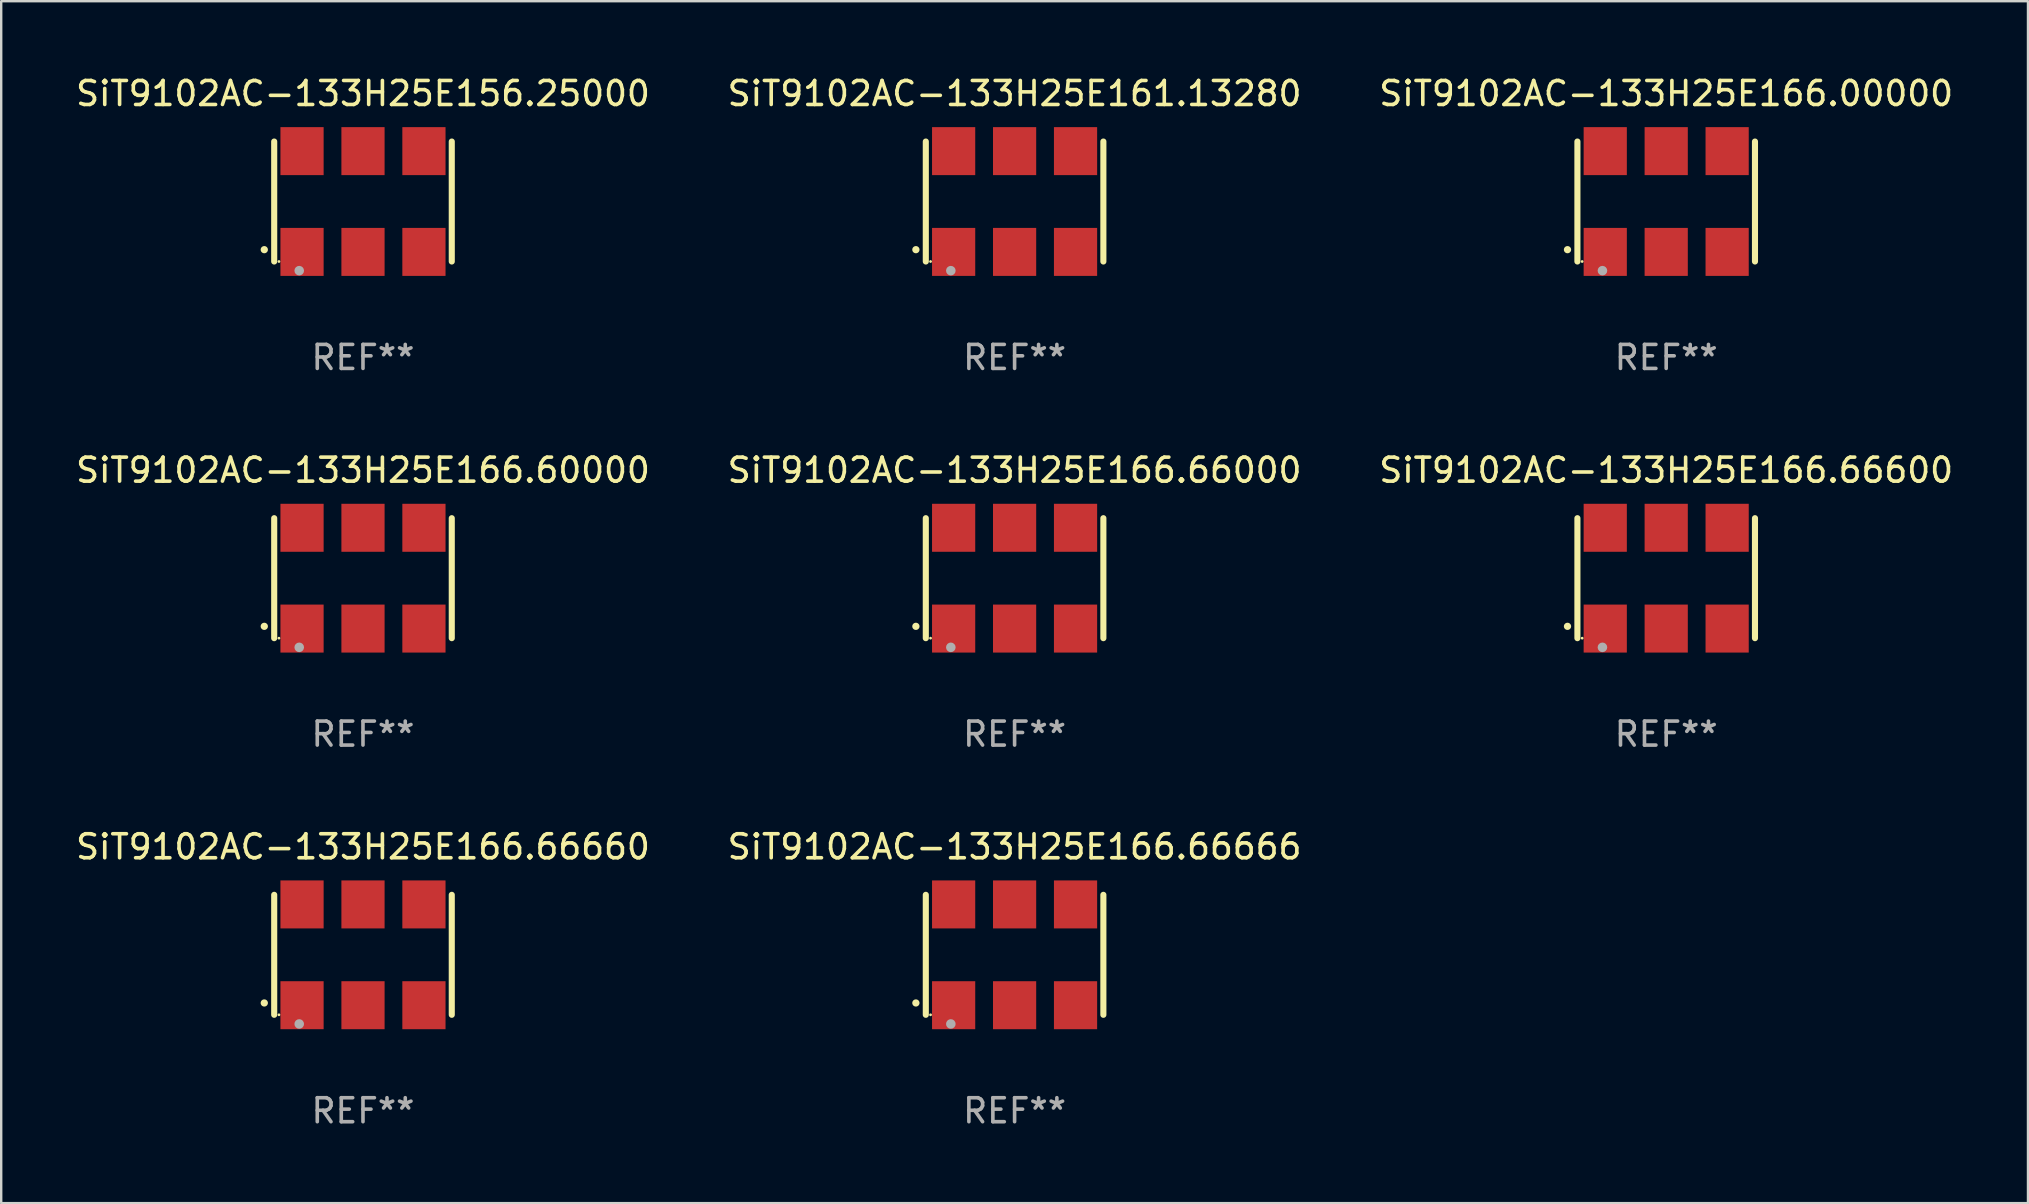
<source format=kicad_pcb>
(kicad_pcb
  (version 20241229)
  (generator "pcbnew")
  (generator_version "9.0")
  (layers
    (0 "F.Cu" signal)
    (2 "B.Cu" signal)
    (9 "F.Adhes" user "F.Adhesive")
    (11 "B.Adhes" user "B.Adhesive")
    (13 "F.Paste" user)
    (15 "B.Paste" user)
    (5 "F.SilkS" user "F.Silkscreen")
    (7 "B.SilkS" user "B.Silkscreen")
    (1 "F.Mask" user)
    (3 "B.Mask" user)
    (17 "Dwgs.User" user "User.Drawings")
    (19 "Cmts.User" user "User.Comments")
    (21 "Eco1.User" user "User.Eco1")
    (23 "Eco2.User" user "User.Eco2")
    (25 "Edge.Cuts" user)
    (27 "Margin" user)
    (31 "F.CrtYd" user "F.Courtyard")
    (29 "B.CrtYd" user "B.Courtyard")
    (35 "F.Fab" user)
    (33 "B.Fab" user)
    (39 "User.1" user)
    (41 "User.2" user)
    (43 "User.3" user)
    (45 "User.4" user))
  (footprint "SiT9102AC-133H25E166.66600"
    (layer "F.Cu")
    (at 66.387 21.045)
    (property "Reference" "SiT9102AC-133H25E166.66600" (at 0 -4.5 0) (layer "F.SilkS") (effects (font (size 1 1) (thickness 0.15))))
    (attr through_hole)
    (fp_line (start -3.7 -2.5) (end -3.7 2.5) (stroke (width 0.254) (type solid)) (layer "F.SilkS"))
    (fp_line (start 3.7 -2.5) (end 3.7 2.5) (stroke (width 0.254) (type solid)) (layer "F.SilkS"))
    (fp_arc (start -4.114415 2.006604) (mid -4.113145 2.006599) (end -4.111875 2.006604) (stroke (width 0.3) (type solid)) (layer "F.SilkS"))
    (fp_circle (center -3.502 2.5) (end -3.472 2.5) (stroke (width 0.06) (type solid)) (fill no) (layer "F.SilkS"))
    (fp_circle (center -2.657 2.882) (end -2.557 2.882) (stroke (width 0.2) (type solid)) (fill no) (layer "F.Fab"))
    (fp_text user "REF**" (at 0 6.5 0) (layer "F.Fab") (effects (font (size 1 1) (thickness 0.15))))
    (pad "1" smd rect (at -2.54 2.1) (size 1.8 2) (layers "F.Cu" "F.Mask" "F.Paste"))
    (pad "2" smd rect (at 0.000394 2.1) (size 1.8 2) (layers "F.Cu" "F.Mask" "F.Paste"))
    (pad "3" smd rect (at 2.54 2.1) (size 1.8 2) (layers "F.Cu" "F.Mask" "F.Paste"))
    (pad "4" smd rect (at 2.54 -2.1) (size 1.8 2) (layers "F.Cu" "F.Mask" "F.Paste"))
    (pad "5" smd rect (at 0.000394 -2.1) (size 1.8 2) (layers "F.Cu" "F.Mask" "F.Paste"))
    (pad "6" smd rect (at -2.54 -2.1) (size 1.8 2) (layers "F.Cu" "F.Mask" "F.Paste")))
  (footprint "SiT9102AC-133H25E166.66666"
    (layer "F.Cu")
    (at 39.232 36.741)
    (property "Reference" "SiT9102AC-133H25E166.66666" (at 0 -4.5 0) (layer "F.SilkS") (effects (font (size 1 1) (thickness 0.15))))
    (attr through_hole)
    (fp_line (start -3.7 -2.5) (end -3.7 2.5) (stroke (width 0.254) (type solid)) (layer "F.SilkS"))
    (fp_line (start 3.7 -2.5) (end 3.7 2.5) (stroke (width 0.254) (type solid)) (layer "F.SilkS"))
    (fp_arc (start -4.114415 2.006604) (mid -4.113145 2.006599) (end -4.111875 2.006604) (stroke (width 0.3) (type solid)) (layer "F.SilkS"))
    (fp_circle (center -3.502 2.5) (end -3.472 2.5) (stroke (width 0.06) (type solid)) (fill no) (layer "F.SilkS"))
    (fp_circle (center -2.657 2.882) (end -2.557 2.882) (stroke (width 0.2) (type solid)) (fill no) (layer "F.Fab"))
    (fp_text user "REF**" (at 0 6.5 0) (layer "F.Fab") (effects (font (size 1 1) (thickness 0.15))))
    (pad "1" smd rect (at -2.54 2.1) (size 1.8 2) (layers "F.Cu" "F.Mask" "F.Paste"))
    (pad "2" smd rect (at 0.000394 2.1) (size 1.8 2) (layers "F.Cu" "F.Mask" "F.Paste"))
    (pad "3" smd rect (at 2.54 2.1) (size 1.8 2) (layers "F.Cu" "F.Mask" "F.Paste"))
    (pad "4" smd rect (at 2.54 -2.1) (size 1.8 2) (layers "F.Cu" "F.Mask" "F.Paste"))
    (pad "5" smd rect (at 0.000394 -2.1) (size 1.8 2) (layers "F.Cu" "F.Mask" "F.Paste"))
    (pad "6" smd rect (at -2.54 -2.1) (size 1.8 2) (layers "F.Cu" "F.Mask" "F.Paste")))
  (footprint "SiT9102AC-133H25E161.13280"
    (layer "F.Cu")
    (at 39.232 5.348)
    (property "Reference" "SiT9102AC-133H25E161.13280" (at 0 -4.5 0) (layer "F.SilkS") (effects (font (size 1 1) (thickness 0.15))))
    (attr through_hole)
    (fp_line (start -3.7 -2.5) (end -3.7 2.5) (stroke (width 0.254) (type solid)) (layer "F.SilkS"))
    (fp_line (start 3.7 -2.5) (end 3.7 2.5) (stroke (width 0.254) (type solid)) (layer "F.SilkS"))
    (fp_arc (start -4.114415 2.006604) (mid -4.113145 2.006599) (end -4.111875 2.006604) (stroke (width 0.3) (type solid)) (layer "F.SilkS"))
    (fp_circle (center -3.502 2.5) (end -3.472 2.5) (stroke (width 0.06) (type solid)) (fill no) (layer "F.SilkS"))
    (fp_circle (center -2.657 2.882) (end -2.557 2.882) (stroke (width 0.2) (type solid)) (fill no) (layer "F.Fab"))
    (fp_text user "REF**" (at 0 6.5 0) (layer "F.Fab") (effects (font (size 1 1) (thickness 0.15))))
    (pad "1" smd rect (at -2.54 2.1) (size 1.8 2) (layers "F.Cu" "F.Mask" "F.Paste"))
    (pad "2" smd rect (at 0.000394 2.1) (size 1.8 2) (layers "F.Cu" "F.Mask" "F.Paste"))
    (pad "3" smd rect (at 2.54 2.1) (size 1.8 2) (layers "F.Cu" "F.Mask" "F.Paste"))
    (pad "4" smd rect (at 2.54 -2.1) (size 1.8 2) (layers "F.Cu" "F.Mask" "F.Paste"))
    (pad "5" smd rect (at 0.000394 -2.1) (size 1.8 2) (layers "F.Cu" "F.Mask" "F.Paste"))
    (pad "6" smd rect (at -2.54 -2.1) (size 1.8 2) (layers "F.Cu" "F.Mask" "F.Paste")))
  (footprint "SiT9102AC-133H25E166.66660"
    (layer "F.Cu")
    (at 12.077 36.741)
    (property "Reference" "SiT9102AC-133H25E166.66660" (at 0 -4.5 0) (layer "F.SilkS") (effects (font (size 1 1) (thickness 0.15))))
    (attr through_hole)
    (fp_line (start -3.7 -2.5) (end -3.7 2.5) (stroke (width 0.254) (type solid)) (layer "F.SilkS"))
    (fp_line (start 3.7 -2.5) (end 3.7 2.5) (stroke (width 0.254) (type solid)) (layer "F.SilkS"))
    (fp_arc (start -4.114415 2.006604) (mid -4.113145 2.006599) (end -4.111875 2.006604) (stroke (width 0.3) (type solid)) (layer "F.SilkS"))
    (fp_circle (center -3.502 2.5) (end -3.472 2.5) (stroke (width 0.06) (type solid)) (fill no) (layer "F.SilkS"))
    (fp_circle (center -2.657 2.882) (end -2.557 2.882) (stroke (width 0.2) (type solid)) (fill no) (layer "F.Fab"))
    (fp_text user "REF**" (at 0 6.5 0) (layer "F.Fab") (effects (font (size 1 1) (thickness 0.15))))
    (pad "1" smd rect (at -2.54 2.1) (size 1.8 2) (layers "F.Cu" "F.Mask" "F.Paste"))
    (pad "2" smd rect (at 0.000394 2.1) (size 1.8 2) (layers "F.Cu" "F.Mask" "F.Paste"))
    (pad "3" smd rect (at 2.54 2.1) (size 1.8 2) (layers "F.Cu" "F.Mask" "F.Paste"))
    (pad "4" smd rect (at 2.54 -2.1) (size 1.8 2) (layers "F.Cu" "F.Mask" "F.Paste"))
    (pad "5" smd rect (at 0.000394 -2.1) (size 1.8 2) (layers "F.Cu" "F.Mask" "F.Paste"))
    (pad "6" smd rect (at -2.54 -2.1) (size 1.8 2) (layers "F.Cu" "F.Mask" "F.Paste")))
  (footprint "SiT9102AC-133H25E166.00000"
    (layer "F.Cu")
    (at 66.387 5.348)
    (property "Reference" "SiT9102AC-133H25E166.00000" (at 0 -4.5 0) (layer "F.SilkS") (effects (font (size 1 1) (thickness 0.15))))
    (attr through_hole)
    (fp_line (start -3.7 -2.5) (end -3.7 2.5) (stroke (width 0.254) (type solid)) (layer "F.SilkS"))
    (fp_line (start 3.7 -2.5) (end 3.7 2.5) (stroke (width 0.254) (type solid)) (layer "F.SilkS"))
    (fp_arc (start -4.114415 2.006604) (mid -4.113145 2.006599) (end -4.111875 2.006604) (stroke (width 0.3) (type solid)) (layer "F.SilkS"))
    (fp_circle (center -3.502 2.5) (end -3.472 2.5) (stroke (width 0.06) (type solid)) (fill no) (layer "F.SilkS"))
    (fp_circle (center -2.657 2.882) (end -2.557 2.882) (stroke (width 0.2) (type solid)) (fill no) (layer "F.Fab"))
    (fp_text user "REF**" (at 0 6.5 0) (layer "F.Fab") (effects (font (size 1 1) (thickness 0.15))))
    (pad "1" smd rect (at -2.54 2.1) (size 1.8 2) (layers "F.Cu" "F.Mask" "F.Paste"))
    (pad "2" smd rect (at 0.000394 2.1) (size 1.8 2) (layers "F.Cu" "F.Mask" "F.Paste"))
    (pad "3" smd rect (at 2.54 2.1) (size 1.8 2) (layers "F.Cu" "F.Mask" "F.Paste"))
    (pad "4" smd rect (at 2.54 -2.1) (size 1.8 2) (layers "F.Cu" "F.Mask" "F.Paste"))
    (pad "5" smd rect (at 0.000394 -2.1) (size 1.8 2) (layers "F.Cu" "F.Mask" "F.Paste"))
    (pad "6" smd rect (at -2.54 -2.1) (size 1.8 2) (layers "F.Cu" "F.Mask" "F.Paste")))
  (footprint "SiT9102AC-133H25E166.66000"
    (layer "F.Cu")
    (at 39.232 21.045)
    (property "Reference" "SiT9102AC-133H25E166.66000" (at 0 -4.5 0) (layer "F.SilkS") (effects (font (size 1 1) (thickness 0.15))))
    (attr through_hole)
    (fp_line (start -3.7 -2.5) (end -3.7 2.5) (stroke (width 0.254) (type solid)) (layer "F.SilkS"))
    (fp_line (start 3.7 -2.5) (end 3.7 2.5) (stroke (width 0.254) (type solid)) (layer "F.SilkS"))
    (fp_arc (start -4.114415 2.006604) (mid -4.113145 2.006599) (end -4.111875 2.006604) (stroke (width 0.3) (type solid)) (layer "F.SilkS"))
    (fp_circle (center -3.502 2.5) (end -3.472 2.5) (stroke (width 0.06) (type solid)) (fill no) (layer "F.SilkS"))
    (fp_circle (center -2.657 2.882) (end -2.557 2.882) (stroke (width 0.2) (type solid)) (fill no) (layer "F.Fab"))
    (fp_text user "REF**" (at 0 6.5 0) (layer "F.Fab") (effects (font (size 1 1) (thickness 0.15))))
    (pad "1" smd rect (at -2.54 2.1) (size 1.8 2) (layers "F.Cu" "F.Mask" "F.Paste"))
    (pad "2" smd rect (at 0.000394 2.1) (size 1.8 2) (layers "F.Cu" "F.Mask" "F.Paste"))
    (pad "3" smd rect (at 2.54 2.1) (size 1.8 2) (layers "F.Cu" "F.Mask" "F.Paste"))
    (pad "4" smd rect (at 2.54 -2.1) (size 1.8 2) (layers "F.Cu" "F.Mask" "F.Paste"))
    (pad "5" smd rect (at 0.000394 -2.1) (size 1.8 2) (layers "F.Cu" "F.Mask" "F.Paste"))
    (pad "6" smd rect (at -2.54 -2.1) (size 1.8 2) (layers "F.Cu" "F.Mask" "F.Paste")))
  (footprint "SiT9102AC-133H25E166.60000"
    (layer "F.Cu")
    (at 12.077 21.045)
    (property "Reference" "SiT9102AC-133H25E166.60000" (at 0 -4.5 0) (layer "F.SilkS") (effects (font (size 1 1) (thickness 0.15))))
    (attr through_hole)
    (fp_line (start -3.7 -2.5) (end -3.7 2.5) (stroke (width 0.254) (type solid)) (layer "F.SilkS"))
    (fp_line (start 3.7 -2.5) (end 3.7 2.5) (stroke (width 0.254) (type solid)) (layer "F.SilkS"))
    (fp_arc (start -4.114415 2.006604) (mid -4.113145 2.006599) (end -4.111875 2.006604) (stroke (width 0.3) (type solid)) (layer "F.SilkS"))
    (fp_circle (center -3.502 2.5) (end -3.472 2.5) (stroke (width 0.06) (type solid)) (fill no) (layer "F.SilkS"))
    (fp_circle (center -2.657 2.882) (end -2.557 2.882) (stroke (width 0.2) (type solid)) (fill no) (layer "F.Fab"))
    (fp_text user "REF**" (at 0 6.5 0) (layer "F.Fab") (effects (font (size 1 1) (thickness 0.15))))
    (pad "1" smd rect (at -2.54 2.1) (size 1.8 2) (layers "F.Cu" "F.Mask" "F.Paste"))
    (pad "2" smd rect (at 0.000394 2.1) (size 1.8 2) (layers "F.Cu" "F.Mask" "F.Paste"))
    (pad "3" smd rect (at 2.54 2.1) (size 1.8 2) (layers "F.Cu" "F.Mask" "F.Paste"))
    (pad "4" smd rect (at 2.54 -2.1) (size 1.8 2) (layers "F.Cu" "F.Mask" "F.Paste"))
    (pad "5" smd rect (at 0.000394 -2.1) (size 1.8 2) (layers "F.Cu" "F.Mask" "F.Paste"))
    (pad "6" smd rect (at -2.54 -2.1) (size 1.8 2) (layers "F.Cu" "F.Mask" "F.Paste")))
  (footprint "SiT9102AC-133H25E156.25000"
    (layer "F.Cu")
    (at 12.077 5.348)
    (property "Reference" "SiT9102AC-133H25E156.25000" (at 0 -4.5 0) (layer "F.SilkS") (effects (font (size 1 1) (thickness 0.15))))
    (attr through_hole)
    (fp_line (start -3.7 -2.5) (end -3.7 2.5) (stroke (width 0.254) (type solid)) (layer "F.SilkS"))
    (fp_line (start 3.7 -2.5) (end 3.7 2.5) (stroke (width 0.254) (type solid)) (layer "F.SilkS"))
    (fp_arc (start -4.114415 2.006604) (mid -4.113145 2.006599) (end -4.111875 2.006604) (stroke (width 0.3) (type solid)) (layer "F.SilkS"))
    (fp_circle (center -3.502 2.5) (end -3.472 2.5) (stroke (width 0.06) (type solid)) (fill no) (layer "F.SilkS"))
    (fp_circle (center -2.657 2.882) (end -2.557 2.882) (stroke (width 0.2) (type solid)) (fill no) (layer "F.Fab"))
    (fp_text user "REF**" (at 0 6.5 0) (layer "F.Fab") (effects (font (size 1 1) (thickness 0.15))))
    (pad "1" smd rect (at -2.54 2.1) (size 1.8 2) (layers "F.Cu" "F.Mask" "F.Paste"))
    (pad "2" smd rect (at 0.000394 2.1) (size 1.8 2) (layers "F.Cu" "F.Mask" "F.Paste"))
    (pad "3" smd rect (at 2.54 2.1) (size 1.8 2) (layers "F.Cu" "F.Mask" "F.Paste"))
    (pad "4" smd rect (at 2.54 -2.1) (size 1.8 2) (layers "F.Cu" "F.Mask" "F.Paste"))
    (pad "5" smd rect (at 0.000394 -2.1) (size 1.8 2) (layers "F.Cu" "F.Mask" "F.Paste"))
    (pad "6" smd rect (at -2.54 -2.1) (size 1.8 2) (layers "F.Cu" "F.Mask" "F.Paste")))
  (gr_rect
    (start -3 -3)
    (end 81.464 47.09)
    (stroke (width 0.1) (type default))
    (fill no)
    (layer "Edge.Cuts")))
</source>
